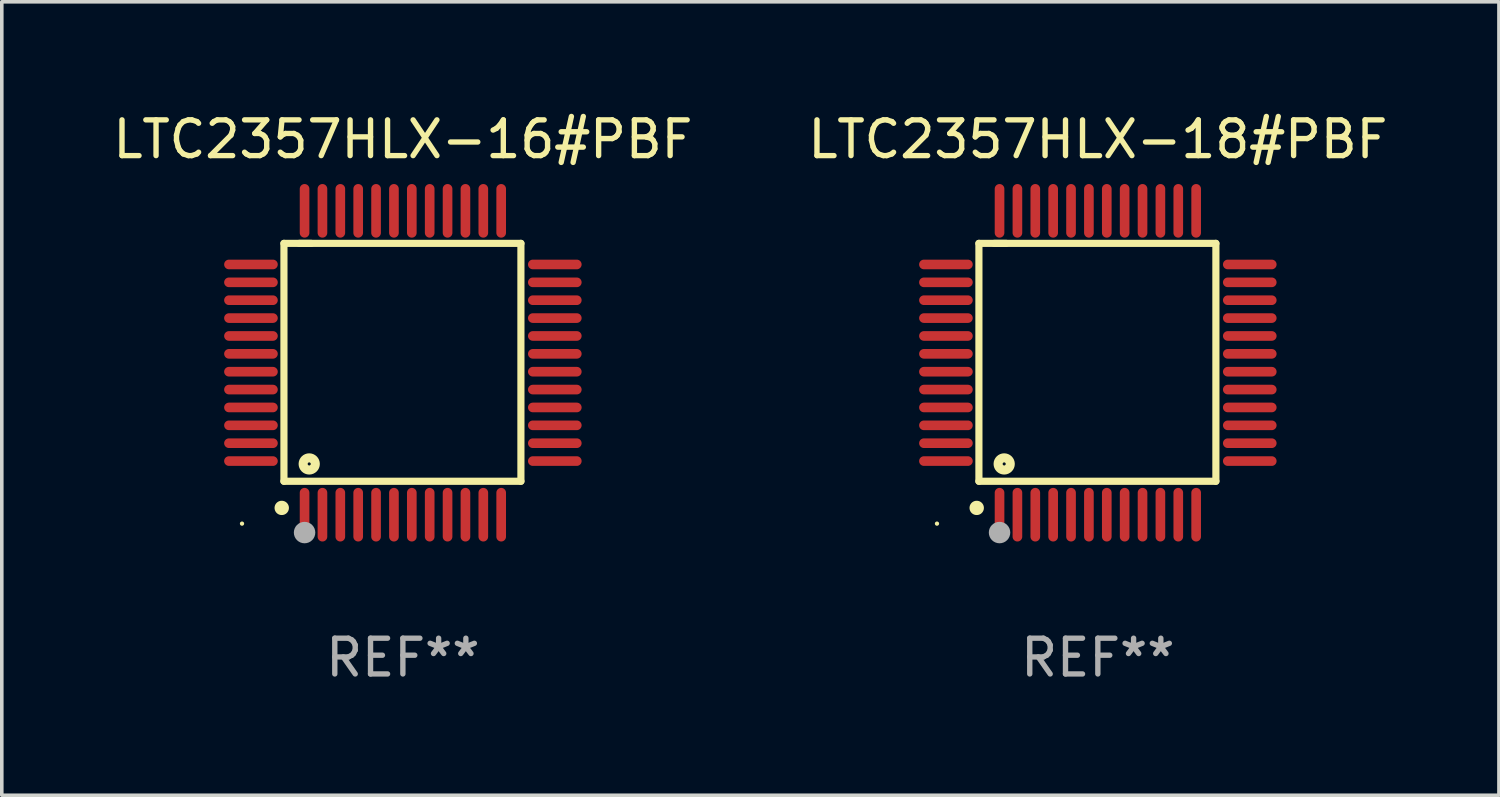
<source format=kicad_pcb>
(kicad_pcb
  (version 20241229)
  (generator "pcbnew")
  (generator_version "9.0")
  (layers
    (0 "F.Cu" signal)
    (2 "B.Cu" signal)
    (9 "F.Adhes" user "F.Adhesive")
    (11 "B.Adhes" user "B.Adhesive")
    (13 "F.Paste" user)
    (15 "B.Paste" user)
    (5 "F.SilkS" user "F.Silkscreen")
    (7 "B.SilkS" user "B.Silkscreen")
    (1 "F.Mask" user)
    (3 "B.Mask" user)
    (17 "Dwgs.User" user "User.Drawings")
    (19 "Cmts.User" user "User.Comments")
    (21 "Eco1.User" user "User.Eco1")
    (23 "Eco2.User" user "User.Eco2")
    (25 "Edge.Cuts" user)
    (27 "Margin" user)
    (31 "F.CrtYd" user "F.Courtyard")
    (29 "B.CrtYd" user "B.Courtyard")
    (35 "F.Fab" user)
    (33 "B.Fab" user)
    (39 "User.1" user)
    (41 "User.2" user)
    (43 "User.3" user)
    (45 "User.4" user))
  (footprint "LTC2357HLX-18#PBF"
    (layer "F.Cu")
    (at 27.661 7.098)
    (property "Reference" "LTC2357HLX-18#PBF" (at 0 -6.25 0) (layer "F.SilkS") (effects (font (size 1 1) (thickness 0.15))))
    (attr through_hole)
    (fp_line (start -3.327 -3.34) (end -2.565 -3.34) (stroke (width 0.2) (type solid)) (layer "F.SilkS"))
    (fp_line (start -3.327 3.315) (end -3.327 -3.34) (stroke (width 0.2) (type solid)) (layer "F.SilkS"))
    (fp_line (start -2.896 -3.34) (end 3.302 -3.34) (stroke (width 0.2) (type solid)) (layer "F.SilkS"))
    (fp_line (start 3.302 -3.34) (end 3.302 3.315) (stroke (width 0.2) (type solid)) (layer "F.SilkS"))
    (fp_line (start 3.302 3.315) (end -3.327 3.315) (stroke (width 0.2) (type solid)) (layer "F.SilkS"))
    (fp_arc (start -3.389992 4.059995) (mid -3.388722 4.059991) (end -3.387452 4.059995) (stroke (width 0.4) (type solid)) (layer "F.SilkS"))
    (fp_circle (center -4.5 4.5) (end -4.47 4.5) (stroke (width 0.06) (type solid)) (fill no) (layer "F.SilkS"))
    (fp_circle (center -2.62 2.83) (end -2.45 2.83) (stroke (width 0.254) (type solid)) (fill no) (layer "F.SilkS"))
    (fp_circle (center -2.75 4.75) (end -2.6 4.75) (stroke (width 0.3) (type solid)) (fill no) (layer "F.Fab"))
    (fp_text user "REF**" (at 0 8.25 0) (layer "F.Fab") (effects (font (size 1 1) (thickness 0.15))))
    (pad "1" smd oval (at -2.75 4.25) (size 0.27 1.5) (layers "F.Cu" "F.Mask" "F.Paste"))
    (pad "2" smd oval (at -2.25 4.25) (size 0.27 1.5) (layers "F.Cu" "F.Mask" "F.Paste"))
    (pad "3" smd oval (at -1.75 4.25) (size 0.27 1.5) (layers "F.Cu" "F.Mask" "F.Paste"))
    (pad "4" smd oval (at -1.25 4.25) (size 0.27 1.5) (layers "F.Cu" "F.Mask" "F.Paste"))
    (pad "5" smd oval (at -0.75 4.25) (size 0.27 1.5) (layers "F.Cu" "F.Mask" "F.Paste"))
    (pad "6" smd oval (at -0.25 4.25) (size 0.27 1.5) (layers "F.Cu" "F.Mask" "F.Paste"))
    (pad "7" smd oval (at 0.25 4.25) (size 0.27 1.5) (layers "F.Cu" "F.Mask" "F.Paste"))
    (pad "8" smd oval (at 0.75 4.25) (size 0.27 1.5) (layers "F.Cu" "F.Mask" "F.Paste"))
    (pad "9" smd oval (at 1.25 4.25) (size 0.27 1.5) (layers "F.Cu" "F.Mask" "F.Paste"))
    (pad "10" smd oval (at 1.75 4.25) (size 0.27 1.5) (layers "F.Cu" "F.Mask" "F.Paste"))
    (pad "11" smd oval (at 2.25 4.25) (size 0.27 1.5) (layers "F.Cu" "F.Mask" "F.Paste"))
    (pad "12" smd oval (at 2.75 4.25) (size 0.27 1.5) (layers "F.Cu" "F.Mask" "F.Paste"))
    (pad "13" smd oval (at 4.25 2.75) (size 1.5 0.27) (layers "F.Cu" "F.Mask" "F.Paste"))
    (pad "14" smd oval (at 4.25 2.25) (size 1.5 0.27) (layers "F.Cu" "F.Mask" "F.Paste"))
    (pad "15" smd oval (at 4.25 1.75) (size 1.5 0.27) (layers "F.Cu" "F.Mask" "F.Paste"))
    (pad "16" smd oval (at 4.25 1.25) (size 1.5 0.27) (layers "F.Cu" "F.Mask" "F.Paste"))
    (pad "17" smd oval (at 4.25 0.75) (size 1.5 0.27) (layers "F.Cu" "F.Mask" "F.Paste"))
    (pad "18" smd oval (at 4.25 0.25) (size 1.5 0.27) (layers "F.Cu" "F.Mask" "F.Paste"))
    (pad "19" smd oval (at 4.25 -0.25) (size 1.5 0.27) (layers "F.Cu" "F.Mask" "F.Paste"))
    (pad "20" smd oval (at 4.25 -0.75) (size 1.5 0.27) (layers "F.Cu" "F.Mask" "F.Paste"))
    (pad "21" smd oval (at 4.25 -1.25) (size 1.5 0.27) (layers "F.Cu" "F.Mask" "F.Paste"))
    (pad "22" smd oval (at 4.25 -1.75) (size 1.5 0.27) (layers "F.Cu" "F.Mask" "F.Paste"))
    (pad "23" smd oval (at 4.25 -2.25) (size 1.5 0.27) (layers "F.Cu" "F.Mask" "F.Paste"))
    (pad "24" smd oval (at 4.25 -2.75) (size 1.5 0.27) (layers "F.Cu" "F.Mask" "F.Paste"))
    (pad "25" smd oval (at 2.75 -4.25) (size 0.27 1.5) (layers "F.Cu" "F.Mask" "F.Paste"))
    (pad "26" smd oval (at 2.25 -4.25) (size 0.27 1.5) (layers "F.Cu" "F.Mask" "F.Paste"))
    (pad "27" smd oval (at 1.75 -4.25) (size 0.27 1.5) (layers "F.Cu" "F.Mask" "F.Paste"))
    (pad "28" smd oval (at 1.25 -4.25) (size 0.27 1.5) (layers "F.Cu" "F.Mask" "F.Paste"))
    (pad "29" smd oval (at 0.75 -4.25) (size 0.27 1.5) (layers "F.Cu" "F.Mask" "F.Paste"))
    (pad "30" smd oval (at 0.25 -4.25) (size 0.27 1.5) (layers "F.Cu" "F.Mask" "F.Paste"))
    (pad "31" smd oval (at -0.25 -4.25) (size 0.27 1.5) (layers "F.Cu" "F.Mask" "F.Paste"))
    (pad "32" smd oval (at -0.75 -4.25) (size 0.27 1.5) (layers "F.Cu" "F.Mask" "F.Paste"))
    (pad "33" smd oval (at -1.25 -4.25) (size 0.27 1.5) (layers "F.Cu" "F.Mask" "F.Paste"))
    (pad "34" smd oval (at -1.75 -4.25) (size 0.27 1.5) (layers "F.Cu" "F.Mask" "F.Paste"))
    (pad "35" smd oval (at -2.25 -4.25) (size 0.27 1.5) (layers "F.Cu" "F.Mask" "F.Paste"))
    (pad "36" smd oval (at -2.75 -4.25) (size 0.27 1.5) (layers "F.Cu" "F.Mask" "F.Paste"))
    (pad "37" smd oval (at -4.25 -2.75) (size 1.5 0.27) (layers "F.Cu" "F.Mask" "F.Paste"))
    (pad "38" smd oval (at -4.25 -2.25) (size 1.5 0.27) (layers "F.Cu" "F.Mask" "F.Paste"))
    (pad "39" smd oval (at -4.25 -1.75) (size 1.5 0.27) (layers "F.Cu" "F.Mask" "F.Paste"))
    (pad "40" smd oval (at -4.25 -1.25) (size 1.5 0.27) (layers "F.Cu" "F.Mask" "F.Paste"))
    (pad "41" smd oval (at -4.25 -0.75) (size 1.5 0.27) (layers "F.Cu" "F.Mask" "F.Paste"))
    (pad "42" smd oval (at -4.25 -0.25) (size 1.5 0.27) (layers "F.Cu" "F.Mask" "F.Paste"))
    (pad "43" smd oval (at -4.25 0.25) (size 1.5 0.27) (layers "F.Cu" "F.Mask" "F.Paste"))
    (pad "44" smd oval (at -4.25 0.75) (size 1.5 0.27) (layers "F.Cu" "F.Mask" "F.Paste"))
    (pad "45" smd oval (at -4.25 1.25) (size 1.5 0.27) (layers "F.Cu" "F.Mask" "F.Paste"))
    (pad "46" smd oval (at -4.25 1.75) (size 1.5 0.27) (layers "F.Cu" "F.Mask" "F.Paste"))
    (pad "47" smd oval (at -4.25 2.25) (size 1.5 0.27) (layers "F.Cu" "F.Mask" "F.Paste"))
    (pad "48" smd oval (at -4.25 2.75) (size 1.5 0.27) (layers "F.Cu" "F.Mask" "F.Paste")))
  (footprint "LTC2357HLX-16#PBF"
    (layer "F.Cu")
    (at 8.22 7.098)
    (property "Reference" "LTC2357HLX-16#PBF" (at 0 -6.25 0) (layer "F.SilkS") (effects (font (size 1 1) (thickness 0.15))))
    (attr through_hole)
    (fp_line (start -3.327 -3.34) (end -2.565 -3.34) (stroke (width 0.2) (type solid)) (layer "F.SilkS"))
    (fp_line (start -3.327 3.315) (end -3.327 -3.34) (stroke (width 0.2) (type solid)) (layer "F.SilkS"))
    (fp_line (start -2.896 -3.34) (end 3.302 -3.34) (stroke (width 0.2) (type solid)) (layer "F.SilkS"))
    (fp_line (start 3.302 -3.34) (end 3.302 3.315) (stroke (width 0.2) (type solid)) (layer "F.SilkS"))
    (fp_line (start 3.302 3.315) (end -3.327 3.315) (stroke (width 0.2) (type solid)) (layer "F.SilkS"))
    (fp_arc (start -3.389992 4.059995) (mid -3.388722 4.059991) (end -3.387452 4.059995) (stroke (width 0.4) (type solid)) (layer "F.SilkS"))
    (fp_circle (center -4.5 4.5) (end -4.47 4.5) (stroke (width 0.06) (type solid)) (fill no) (layer "F.SilkS"))
    (fp_circle (center -2.62 2.83) (end -2.45 2.83) (stroke (width 0.254) (type solid)) (fill no) (layer "F.SilkS"))
    (fp_circle (center -2.75 4.75) (end -2.6 4.75) (stroke (width 0.3) (type solid)) (fill no) (layer "F.Fab"))
    (fp_text user "REF**" (at 0 8.25 0) (layer "F.Fab") (effects (font (size 1 1) (thickness 0.15))))
    (pad "1" smd oval (at -2.75 4.25) (size 0.27 1.5) (layers "F.Cu" "F.Mask" "F.Paste"))
    (pad "2" smd oval (at -2.25 4.25) (size 0.27 1.5) (layers "F.Cu" "F.Mask" "F.Paste"))
    (pad "3" smd oval (at -1.75 4.25) (size 0.27 1.5) (layers "F.Cu" "F.Mask" "F.Paste"))
    (pad "4" smd oval (at -1.25 4.25) (size 0.27 1.5) (layers "F.Cu" "F.Mask" "F.Paste"))
    (pad "5" smd oval (at -0.75 4.25) (size 0.27 1.5) (layers "F.Cu" "F.Mask" "F.Paste"))
    (pad "6" smd oval (at -0.25 4.25) (size 0.27 1.5) (layers "F.Cu" "F.Mask" "F.Paste"))
    (pad "7" smd oval (at 0.25 4.25) (size 0.27 1.5) (layers "F.Cu" "F.Mask" "F.Paste"))
    (pad "8" smd oval (at 0.75 4.25) (size 0.27 1.5) (layers "F.Cu" "F.Mask" "F.Paste"))
    (pad "9" smd oval (at 1.25 4.25) (size 0.27 1.5) (layers "F.Cu" "F.Mask" "F.Paste"))
    (pad "10" smd oval (at 1.75 4.25) (size 0.27 1.5) (layers "F.Cu" "F.Mask" "F.Paste"))
    (pad "11" smd oval (at 2.25 4.25) (size 0.27 1.5) (layers "F.Cu" "F.Mask" "F.Paste"))
    (pad "12" smd oval (at 2.75 4.25) (size 0.27 1.5) (layers "F.Cu" "F.Mask" "F.Paste"))
    (pad "13" smd oval (at 4.25 2.75) (size 1.5 0.27) (layers "F.Cu" "F.Mask" "F.Paste"))
    (pad "14" smd oval (at 4.25 2.25) (size 1.5 0.27) (layers "F.Cu" "F.Mask" "F.Paste"))
    (pad "15" smd oval (at 4.25 1.75) (size 1.5 0.27) (layers "F.Cu" "F.Mask" "F.Paste"))
    (pad "16" smd oval (at 4.25 1.25) (size 1.5 0.27) (layers "F.Cu" "F.Mask" "F.Paste"))
    (pad "17" smd oval (at 4.25 0.75) (size 1.5 0.27) (layers "F.Cu" "F.Mask" "F.Paste"))
    (pad "18" smd oval (at 4.25 0.25) (size 1.5 0.27) (layers "F.Cu" "F.Mask" "F.Paste"))
    (pad "19" smd oval (at 4.25 -0.25) (size 1.5 0.27) (layers "F.Cu" "F.Mask" "F.Paste"))
    (pad "20" smd oval (at 4.25 -0.75) (size 1.5 0.27) (layers "F.Cu" "F.Mask" "F.Paste"))
    (pad "21" smd oval (at 4.25 -1.25) (size 1.5 0.27) (layers "F.Cu" "F.Mask" "F.Paste"))
    (pad "22" smd oval (at 4.25 -1.75) (size 1.5 0.27) (layers "F.Cu" "F.Mask" "F.Paste"))
    (pad "23" smd oval (at 4.25 -2.25) (size 1.5 0.27) (layers "F.Cu" "F.Mask" "F.Paste"))
    (pad "24" smd oval (at 4.25 -2.75) (size 1.5 0.27) (layers "F.Cu" "F.Mask" "F.Paste"))
    (pad "25" smd oval (at 2.75 -4.25) (size 0.27 1.5) (layers "F.Cu" "F.Mask" "F.Paste"))
    (pad "26" smd oval (at 2.25 -4.25) (size 0.27 1.5) (layers "F.Cu" "F.Mask" "F.Paste"))
    (pad "27" smd oval (at 1.75 -4.25) (size 0.27 1.5) (layers "F.Cu" "F.Mask" "F.Paste"))
    (pad "28" smd oval (at 1.25 -4.25) (size 0.27 1.5) (layers "F.Cu" "F.Mask" "F.Paste"))
    (pad "29" smd oval (at 0.75 -4.25) (size 0.27 1.5) (layers "F.Cu" "F.Mask" "F.Paste"))
    (pad "30" smd oval (at 0.25 -4.25) (size 0.27 1.5) (layers "F.Cu" "F.Mask" "F.Paste"))
    (pad "31" smd oval (at -0.25 -4.25) (size 0.27 1.5) (layers "F.Cu" "F.Mask" "F.Paste"))
    (pad "32" smd oval (at -0.75 -4.25) (size 0.27 1.5) (layers "F.Cu" "F.Mask" "F.Paste"))
    (pad "33" smd oval (at -1.25 -4.25) (size 0.27 1.5) (layers "F.Cu" "F.Mask" "F.Paste"))
    (pad "34" smd oval (at -1.75 -4.25) (size 0.27 1.5) (layers "F.Cu" "F.Mask" "F.Paste"))
    (pad "35" smd oval (at -2.25 -4.25) (size 0.27 1.5) (layers "F.Cu" "F.Mask" "F.Paste"))
    (pad "36" smd oval (at -2.75 -4.25) (size 0.27 1.5) (layers "F.Cu" "F.Mask" "F.Paste"))
    (pad "37" smd oval (at -4.25 -2.75) (size 1.5 0.27) (layers "F.Cu" "F.Mask" "F.Paste"))
    (pad "38" smd oval (at -4.25 -2.25) (size 1.5 0.27) (layers "F.Cu" "F.Mask" "F.Paste"))
    (pad "39" smd oval (at -4.25 -1.75) (size 1.5 0.27) (layers "F.Cu" "F.Mask" "F.Paste"))
    (pad "40" smd oval (at -4.25 -1.25) (size 1.5 0.27) (layers "F.Cu" "F.Mask" "F.Paste"))
    (pad "41" smd oval (at -4.25 -0.75) (size 1.5 0.27) (layers "F.Cu" "F.Mask" "F.Paste"))
    (pad "42" smd oval (at -4.25 -0.25) (size 1.5 0.27) (layers "F.Cu" "F.Mask" "F.Paste"))
    (pad "43" smd oval (at -4.25 0.25) (size 1.5 0.27) (layers "F.Cu" "F.Mask" "F.Paste"))
    (pad "44" smd oval (at -4.25 0.75) (size 1.5 0.27) (layers "F.Cu" "F.Mask" "F.Paste"))
    (pad "45" smd oval (at -4.25 1.25) (size 1.5 0.27) (layers "F.Cu" "F.Mask" "F.Paste"))
    (pad "46" smd oval (at -4.25 1.75) (size 1.5 0.27) (layers "F.Cu" "F.Mask" "F.Paste"))
    (pad "47" smd oval (at -4.25 2.25) (size 1.5 0.27) (layers "F.Cu" "F.Mask" "F.Paste"))
    (pad "48" smd oval (at -4.25 2.75) (size 1.5 0.27) (layers "F.Cu" "F.Mask" "F.Paste")))
  (gr_rect
    (start -3 -3)
    (end 38.881 19.196)
    (stroke (width 0.1) (type default))
    (fill no)
    (layer "Edge.Cuts")))
</source>
